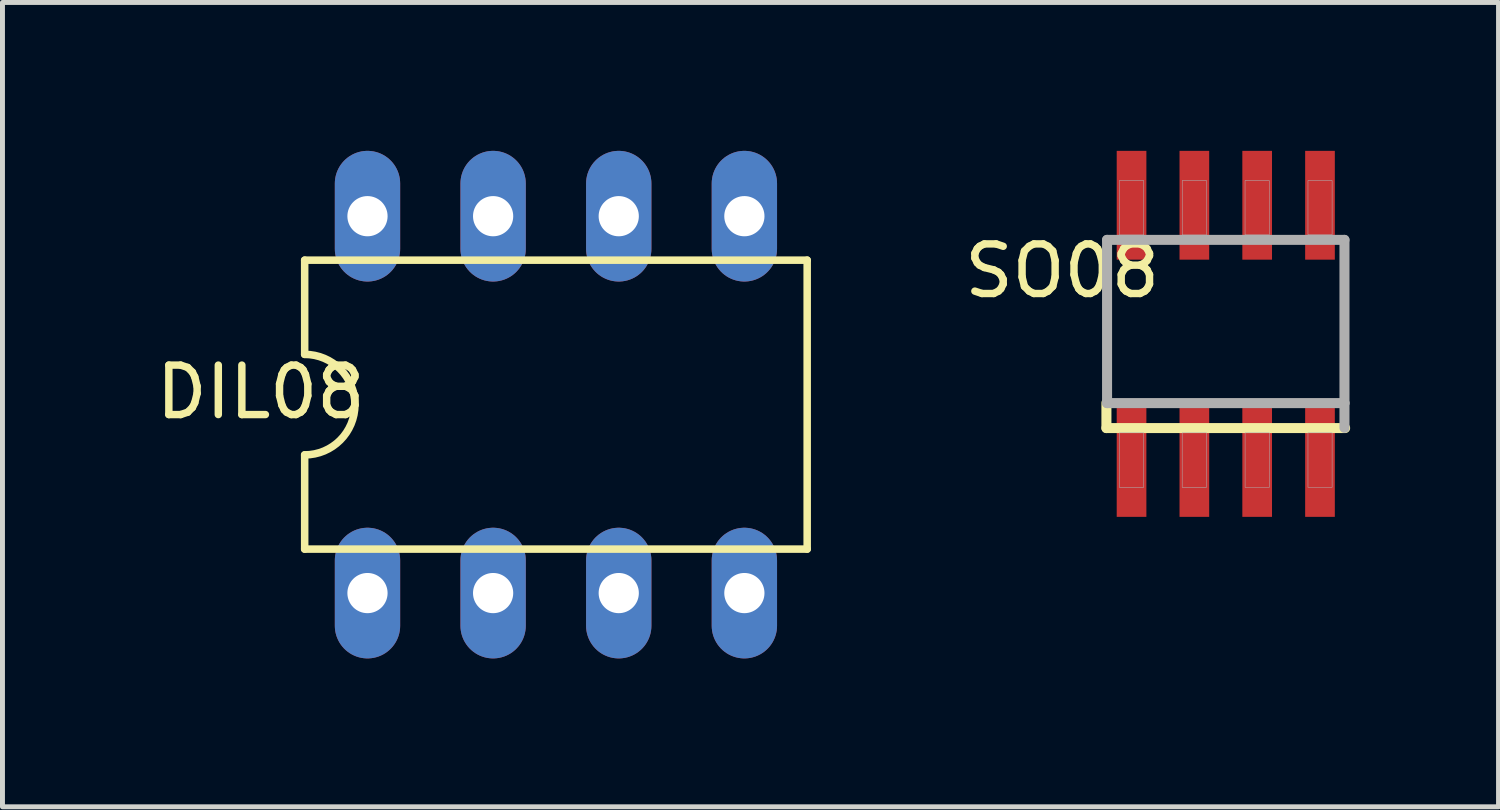
<source format=kicad_pcb>
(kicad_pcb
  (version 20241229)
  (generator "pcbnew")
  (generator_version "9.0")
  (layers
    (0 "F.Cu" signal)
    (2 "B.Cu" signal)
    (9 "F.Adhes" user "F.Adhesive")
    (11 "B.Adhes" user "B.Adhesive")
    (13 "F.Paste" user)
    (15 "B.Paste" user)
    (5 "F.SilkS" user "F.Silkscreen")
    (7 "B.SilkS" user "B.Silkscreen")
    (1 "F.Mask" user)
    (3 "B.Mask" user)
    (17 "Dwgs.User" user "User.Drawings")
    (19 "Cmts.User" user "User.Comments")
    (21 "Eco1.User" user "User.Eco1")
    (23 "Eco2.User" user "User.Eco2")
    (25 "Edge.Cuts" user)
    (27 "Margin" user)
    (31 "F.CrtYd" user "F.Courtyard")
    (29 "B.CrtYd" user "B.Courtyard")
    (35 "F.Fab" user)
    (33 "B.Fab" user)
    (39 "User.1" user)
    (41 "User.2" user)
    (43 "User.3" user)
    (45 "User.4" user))
  (footprint "SO08"
    (layer "F.Cu")
    (at 21.733 3.7)
    (property "Reference" "SO08" (at -3.307 -1.272 180) (layer "F.SilkS") (effects (font (size 1.002 1.002) (thickness 0.15))))
    (attr smd)
    (fp_line (start -2.413 1.905) (end -2.413 1.397) (stroke (width 0.203) (type solid)) (layer "F.SilkS"))
    (fp_line (start 2.413 1.905) (end -2.413 1.905) (stroke (width 0.203) (type solid)) (layer "F.SilkS"))
    (fp_line (start -2.4 -1.9) (end 2.4 -1.9) (stroke (width 0.203) (type solid)) (layer "F.Fab"))
    (fp_line (start -2.4 1.4) (end -2.4 -1.9) (stroke (width 0.203) (type solid)) (layer "F.Fab"))
    (fp_line (start 2.4 -1.9) (end 2.4 1.4) (stroke (width 0.203) (type solid)) (layer "F.Fab"))
    (fp_line (start 2.4 1.4) (end -2.4 1.4) (stroke (width 0.203) (type solid)) (layer "F.Fab"))
    (fp_line (start 2.4 1.4) (end 2.4 1.9) (stroke (width 0.203) (type solid)) (layer "F.Fab"))
    (fp_poly (pts (xy -2.152 2) (xy -1.66 2) (xy -1.66 3.103) (xy -2.152 3.103)) (stroke (width 0.01) (type solid)) (fill no) (layer "F.Fab"))
    (fp_poly (pts (xy -2.151 -3.1) (xy -1.66 -3.1) (xy -1.66 -2.001) (xy -2.151 -2.001)) (stroke (width 0.01) (type solid)) (fill no) (layer "F.Fab"))
    (fp_poly (pts (xy -0.881 2) (xy -0.39 2) (xy -0.39 3.103) (xy -0.881 3.103)) (stroke (width 0.01) (type solid)) (fill no) (layer "F.Fab"))
    (fp_poly (pts (xy -0.88 -3.1) (xy -0.39 -3.1) (xy -0.39 -2.001) (xy -0.88 -2.001)) (stroke (width 0.01) (type solid)) (fill no) (layer "F.Fab"))
    (fp_poly (pts (xy 0.39 -3.1) (xy 0.88 -3.1) (xy 0.88 -2.002) (xy 0.39 -2.002)) (stroke (width 0.01) (type solid)) (fill no) (layer "F.Fab"))
    (fp_poly (pts (xy 0.391 2) (xy 0.88 2) (xy 0.88 3.105) (xy 0.391 3.105)) (stroke (width 0.01) (type solid)) (fill no) (layer "F.Fab"))
    (fp_poly (pts (xy 1.662 2) (xy 2.15 2) (xy 2.15 3.104) (xy 1.662 3.104)) (stroke (width 0.01) (type solid)) (fill no) (layer "F.Fab"))
    (fp_poly (pts (xy 1.662 -3.1) (xy 2.15 -3.1) (xy 2.15 -2.003) (xy 1.662 -2.003)) (stroke (width 0.01) (type solid)) (fill no) (layer "F.Fab"))
    (pad "1" smd rect (at -1.905 2.6) (size 0.6 2.2) (layers "F.Cu" "F.Mask" "F.Paste"))
    (pad "2" smd rect (at -0.635 2.6) (size 0.6 2.2) (layers "F.Cu" "F.Mask" "F.Paste"))
    (pad "3" smd rect (at 0.635 2.6) (size 0.6 2.2) (layers "F.Cu" "F.Mask" "F.Paste"))
    (pad "4" smd rect (at 1.905 2.6) (size 0.6 2.2) (layers "F.Cu" "F.Mask" "F.Paste"))
    (pad "5" smd rect (at 1.905 -2.6) (size 0.6 2.2) (layers "F.Cu" "F.Mask" "F.Paste"))
    (pad "6" smd rect (at 0.635 -2.6) (size 0.6 2.2) (layers "F.Cu" "F.Mask" "F.Paste"))
    (pad "7" smd rect (at -0.635 -2.6) (size 0.6 2.2) (layers "F.Cu" "F.Mask" "F.Paste"))
    (pad "8" smd rect (at -1.905 -2.6 180) (size 0.6 2.2) (layers "F.Cu" "F.Mask" "F.Paste")))
  (footprint "DIL08"
    (layer "F.Cu")
    (at 8.19 5.131)
    (property "Reference" "DIL08" (at -5.969 -0.254 180) (layer "F.SilkS") (effects (font (size 1 1) (thickness 0.15))))
    (attr through_hole)
    (fp_line (start -5.08 -2.921) (end -5.08 -1.016) (stroke (width 0.152) (type solid)) (layer "F.SilkS"))
    (fp_line (start -5.08 2.921) (end -5.08 1.016) (stroke (width 0.152) (type solid)) (layer "F.SilkS"))
    (fp_line (start -5.08 2.921) (end 5.08 2.921) (stroke (width 0.152) (type solid)) (layer "F.SilkS"))
    (fp_line (start 5.08 -2.921) (end -5.08 -2.921) (stroke (width 0.152) (type solid)) (layer "F.SilkS"))
    (fp_line (start 5.08 -2.921) (end 5.08 2.921) (stroke (width 0.152) (type solid)) (layer "F.SilkS"))
    (fp_arc (start -5.08 -1.016) (mid -4.064 0) (end -5.08 1.016) (stroke (width 0.1524) (type solid)) (layer "F.SilkS"))
    (pad "1" thru_hole oval (at -3.81 3.81) (size 1.321 2.642) (drill 0.813) (layers "*.Cu" "*.Mask"))
    (pad "2" thru_hole oval (at -1.27 3.81) (size 1.321 2.642) (drill 0.813) (layers "*.Cu" "*.Mask"))
    (pad "3" thru_hole oval (at 1.27 3.81) (size 1.321 2.642) (drill 0.813) (layers "*.Cu" "*.Mask"))
    (pad "4" thru_hole oval (at 3.81 3.81) (size 1.321 2.642) (drill 0.813) (layers "*.Cu" "*.Mask"))
    (pad "5" thru_hole oval (at 3.81 -3.81) (size 1.321 2.642) (drill 0.813) (layers "*.Cu" "*.Mask"))
    (pad "6" thru_hole oval (at 1.27 -3.81) (size 1.321 2.642) (drill 0.813) (layers "*.Cu" "*.Mask"))
    (pad "7" thru_hole oval (at -1.27 -3.81) (size 1.321 2.642) (drill 0.813) (layers "*.Cu" "*.Mask"))
    (pad "8" thru_hole oval (at -3.81 -3.81) (size 1.321 2.642) (drill 0.813) (layers "*.Cu" "*.Mask")))
  (gr_rect
    (start -3 -3)
    (end 27.248 13.262)
    (stroke (width 0.1) (type default))
    (fill no)
    (layer "Edge.Cuts")))
</source>
